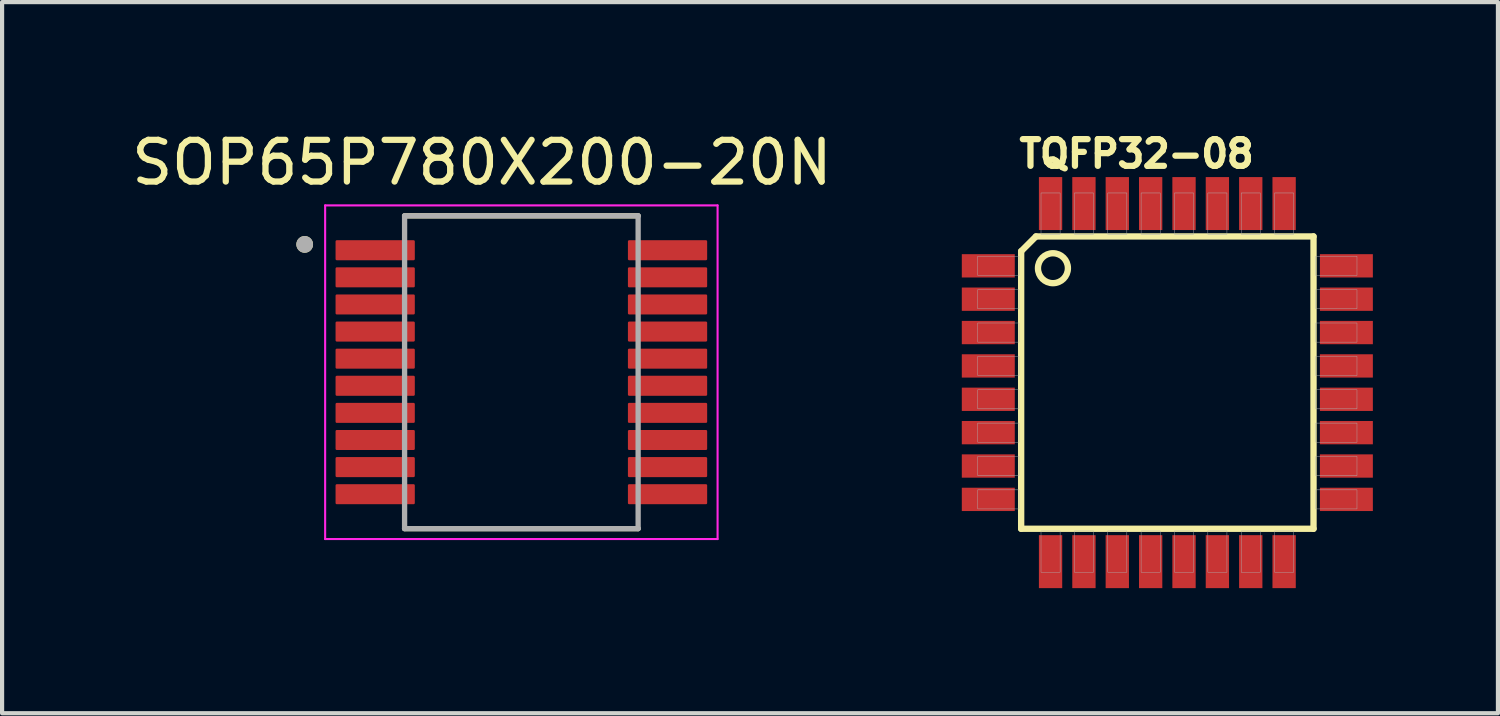
<source format=kicad_pcb>
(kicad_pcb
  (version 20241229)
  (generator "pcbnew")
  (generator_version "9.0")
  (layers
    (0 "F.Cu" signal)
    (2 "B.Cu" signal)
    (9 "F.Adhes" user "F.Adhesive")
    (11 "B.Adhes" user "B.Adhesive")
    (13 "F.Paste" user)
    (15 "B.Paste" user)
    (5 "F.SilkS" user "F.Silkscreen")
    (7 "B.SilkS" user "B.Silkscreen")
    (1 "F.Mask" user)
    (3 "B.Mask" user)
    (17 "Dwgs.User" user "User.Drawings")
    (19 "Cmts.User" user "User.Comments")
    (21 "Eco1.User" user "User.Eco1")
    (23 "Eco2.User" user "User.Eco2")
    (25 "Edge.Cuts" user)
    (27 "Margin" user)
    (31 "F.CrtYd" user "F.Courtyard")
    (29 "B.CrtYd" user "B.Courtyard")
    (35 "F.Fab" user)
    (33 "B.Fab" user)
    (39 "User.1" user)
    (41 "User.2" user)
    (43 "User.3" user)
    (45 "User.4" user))
  (footprint "SOP65P780X200-20N"
    (layer "F.Cu")
    (at 9.451 5.875)
    (property "Reference" "SOP65P780X200-20N" (at -0.945 -5.027 0) (layer "F.SilkS") (effects (font (size 1 1) (thickness 0.15))))
    (attr smd)
    (fp_line (start -2.8 -3.75) (end 2.8 -3.75) (stroke (width 0.127) (type solid)) (layer "F.SilkS"))
    (fp_line (start -2.8 3.75) (end 2.8 3.75) (stroke (width 0.127) (type solid)) (layer "F.SilkS"))
    (fp_circle (center -5.195 -3.065) (end -5.095 -3.065) (stroke (width 0.2) (type solid)) (fill no) (layer "F.SilkS"))
    (fp_line (start -4.705 -4) (end -4.705 4) (stroke (width 0.05) (type solid)) (layer "F.CrtYd"))
    (fp_line (start -4.705 -4) (end 4.705 -4) (stroke (width 0.05) (type solid)) (layer "F.CrtYd"))
    (fp_line (start -4.705 4) (end 4.705 4) (stroke (width 0.05) (type solid)) (layer "F.CrtYd"))
    (fp_line (start 4.705 -4) (end 4.705 4) (stroke (width 0.05) (type solid)) (layer "F.CrtYd"))
    (fp_line (start -2.8 -3.75) (end -2.8 3.75) (stroke (width 0.127) (type solid)) (layer "F.Fab"))
    (fp_line (start -2.8 -3.75) (end 2.8 -3.75) (stroke (width 0.127) (type solid)) (layer "F.Fab"))
    (fp_line (start -2.8 3.75) (end 2.8 3.75) (stroke (width 0.127) (type solid)) (layer "F.Fab"))
    (fp_line (start 2.8 -3.75) (end 2.8 3.75) (stroke (width 0.127) (type solid)) (layer "F.Fab"))
    (fp_circle (center -5.195 -3.065) (end -5.095 -3.065) (stroke (width 0.2) (type solid)) (fill no) (layer "F.Fab"))
    (pad "1" smd roundrect (at -3.505 -2.925) (size 1.9 0.48) (layers "F.Cu" "F.Mask" "F.Paste") (roundrect_rratio 0.06))
    (pad "2" smd roundrect (at -3.505 -2.275) (size 1.9 0.48) (layers "F.Cu" "F.Mask" "F.Paste") (roundrect_rratio 0.06))
    (pad "3" smd roundrect (at -3.505 -1.625) (size 1.9 0.48) (layers "F.Cu" "F.Mask" "F.Paste") (roundrect_rratio 0.06))
    (pad "4" smd roundrect (at -3.505 -0.975) (size 1.9 0.48) (layers "F.Cu" "F.Mask" "F.Paste") (roundrect_rratio 0.06))
    (pad "5" smd roundrect (at -3.505 -0.325) (size 1.9 0.48) (layers "F.Cu" "F.Mask" "F.Paste") (roundrect_rratio 0.06))
    (pad "6" smd roundrect (at -3.505 0.325) (size 1.9 0.48) (layers "F.Cu" "F.Mask" "F.Paste") (roundrect_rratio 0.06))
    (pad "7" smd roundrect (at -3.505 0.975) (size 1.9 0.48) (layers "F.Cu" "F.Mask" "F.Paste") (roundrect_rratio 0.06))
    (pad "8" smd roundrect (at -3.505 1.625) (size 1.9 0.48) (layers "F.Cu" "F.Mask" "F.Paste") (roundrect_rratio 0.06))
    (pad "9" smd roundrect (at -3.505 2.275) (size 1.9 0.48) (layers "F.Cu" "F.Mask" "F.Paste") (roundrect_rratio 0.06))
    (pad "10" smd roundrect (at -3.505 2.925) (size 1.9 0.48) (layers "F.Cu" "F.Mask" "F.Paste") (roundrect_rratio 0.06))
    (pad "11" smd roundrect (at 3.505 2.925 180) (size 1.9 0.48) (layers "F.Cu" "F.Mask" "F.Paste") (roundrect_rratio 0.06))
    (pad "12" smd roundrect (at 3.505 2.275 180) (size 1.9 0.48) (layers "F.Cu" "F.Mask" "F.Paste") (roundrect_rratio 0.06))
    (pad "13" smd roundrect (at 3.505 1.625 180) (size 1.9 0.48) (layers "F.Cu" "F.Mask" "F.Paste") (roundrect_rratio 0.06))
    (pad "14" smd roundrect (at 3.505 0.975 180) (size 1.9 0.48) (layers "F.Cu" "F.Mask" "F.Paste") (roundrect_rratio 0.06))
    (pad "15" smd roundrect (at 3.505 0.325 180) (size 1.9 0.48) (layers "F.Cu" "F.Mask" "F.Paste") (roundrect_rratio 0.06))
    (pad "16" smd roundrect (at 3.505 -0.325 180) (size 1.9 0.48) (layers "F.Cu" "F.Mask" "F.Paste") (roundrect_rratio 0.06))
    (pad "17" smd roundrect (at 3.505 -0.975 180) (size 1.9 0.48) (layers "F.Cu" "F.Mask" "F.Paste") (roundrect_rratio 0.06))
    (pad "18" smd roundrect (at 3.505 -1.625 180) (size 1.9 0.48) (layers "F.Cu" "F.Mask" "F.Paste") (roundrect_rratio 0.06))
    (pad "19" smd roundrect (at 3.505 -2.275 180) (size 1.9 0.48) (layers "F.Cu" "F.Mask" "F.Paste") (roundrect_rratio 0.06))
    (pad "20" smd roundrect (at 3.505 -2.925 180) (size 1.9 0.48) (layers "F.Cu" "F.Mask" "F.Paste") (roundrect_rratio 0.06)))
  (footprint "TQFP32-08"
    (layer "F.Cu")
    (at 24.94 6.124)
    (property "Reference" "TQFP32-08" (at -0.737 -5.486 0) (layer "F.SilkS") (effects (font (size 0.64 0.64) (thickness 0.15))))
    (attr smd)
    (fp_line (start -3.505 3.505) (end -3.505 -3.15) (stroke (width 0.152) (type solid)) (layer "F.SilkS"))
    (fp_line (start -3.15 -3.505) (end -3.505 -3.15) (stroke (width 0.152) (type solid)) (layer "F.SilkS"))
    (fp_line (start -3.15 -3.505) (end 3.505 -3.505) (stroke (width 0.152) (type solid)) (layer "F.SilkS"))
    (fp_line (start 3.505 -3.505) (end 3.505 3.505) (stroke (width 0.152) (type solid)) (layer "F.SilkS"))
    (fp_line (start 3.505 3.505) (end -3.505 3.505) (stroke (width 0.152) (type solid)) (layer "F.SilkS"))
    (fp_circle (center -2.743 -2.743) (end -2.384 -2.743) (stroke (width 0.152) (type solid)) (fill no) (layer "F.SilkS"))
    (fp_poly (pts (xy -4.547 -3.029) (xy -3.556 -3.029) (xy -3.556 -2.571) (xy -4.547 -2.571)) (stroke (width 0.01) (type solid)) (fill no) (layer "F.Fab"))
    (fp_poly (pts (xy -4.547 -2.229) (xy -3.556 -2.229) (xy -3.556 -1.771) (xy -4.547 -1.771)) (stroke (width 0.01) (type solid)) (fill no) (layer "F.Fab"))
    (fp_poly (pts (xy -4.547 -1.429) (xy -3.556 -1.429) (xy -3.556 -0.971) (xy -4.547 -0.971)) (stroke (width 0.01) (type solid)) (fill no) (layer "F.Fab"))
    (fp_poly (pts (xy -4.547 -0.629) (xy -3.556 -0.629) (xy -3.556 -0.171) (xy -4.547 -0.171)) (stroke (width 0.01) (type solid)) (fill no) (layer "F.Fab"))
    (fp_poly (pts (xy -4.547 0.171) (xy -3.556 0.171) (xy -3.556 0.629) (xy -4.547 0.629)) (stroke (width 0.01) (type solid)) (fill no) (layer "F.Fab"))
    (fp_poly (pts (xy -4.547 0.971) (xy -3.556 0.971) (xy -3.556 1.429) (xy -4.547 1.429)) (stroke (width 0.01) (type solid)) (fill no) (layer "F.Fab"))
    (fp_poly (pts (xy -4.547 1.771) (xy -3.556 1.771) (xy -3.556 2.229) (xy -4.547 2.229)) (stroke (width 0.01) (type solid)) (fill no) (layer "F.Fab"))
    (fp_poly (pts (xy -4.547 2.571) (xy -3.556 2.571) (xy -3.556 3.029) (xy -4.547 3.029)) (stroke (width 0.01) (type solid)) (fill no) (layer "F.Fab"))
    (fp_poly (pts (xy -3.029 -4.547) (xy -2.571 -4.547) (xy -2.571 -3.556) (xy -3.029 -3.556)) (stroke (width 0.01) (type solid)) (fill no) (layer "F.Fab"))
    (fp_poly (pts (xy -3.029 3.556) (xy -2.571 3.556) (xy -2.571 4.547) (xy -3.029 4.547)) (stroke (width 0.01) (type solid)) (fill no) (layer "F.Fab"))
    (fp_poly (pts (xy -2.229 -4.547) (xy -1.771 -4.547) (xy -1.771 -3.556) (xy -2.229 -3.556)) (stroke (width 0.01) (type solid)) (fill no) (layer "F.Fab"))
    (fp_poly (pts (xy -2.229 3.556) (xy -1.771 3.556) (xy -1.771 4.547) (xy -2.229 4.547)) (stroke (width 0.01) (type solid)) (fill no) (layer "F.Fab"))
    (fp_poly (pts (xy -1.429 -4.547) (xy -0.971 -4.547) (xy -0.971 -3.556) (xy -1.429 -3.556)) (stroke (width 0.01) (type solid)) (fill no) (layer "F.Fab"))
    (fp_poly (pts (xy -1.429 3.556) (xy -0.971 3.556) (xy -0.971 4.547) (xy -1.429 4.547)) (stroke (width 0.01) (type solid)) (fill no) (layer "F.Fab"))
    (fp_poly (pts (xy -0.629 -4.547) (xy -0.171 -4.547) (xy -0.171 -3.556) (xy -0.629 -3.556)) (stroke (width 0.01) (type solid)) (fill no) (layer "F.Fab"))
    (fp_poly (pts (xy -0.629 3.556) (xy -0.171 3.556) (xy -0.171 4.547) (xy -0.629 4.547)) (stroke (width 0.01) (type solid)) (fill no) (layer "F.Fab"))
    (fp_poly (pts (xy 0.171 -4.547) (xy 0.629 -4.547) (xy 0.629 -3.556) (xy 0.171 -3.556)) (stroke (width 0.01) (type solid)) (fill no) (layer "F.Fab"))
    (fp_poly (pts (xy 0.171 3.556) (xy 0.629 3.556) (xy 0.629 4.547) (xy 0.171 4.547)) (stroke (width 0.01) (type solid)) (fill no) (layer "F.Fab"))
    (fp_poly (pts (xy 0.971 -4.547) (xy 1.429 -4.547) (xy 1.429 -3.556) (xy 0.971 -3.556)) (stroke (width 0.01) (type solid)) (fill no) (layer "F.Fab"))
    (fp_poly (pts (xy 0.971 3.556) (xy 1.429 3.556) (xy 1.429 4.547) (xy 0.971 4.547)) (stroke (width 0.01) (type solid)) (fill no) (layer "F.Fab"))
    (fp_poly (pts (xy 1.771 -4.547) (xy 2.229 -4.547) (xy 2.229 -3.556) (xy 1.771 -3.556)) (stroke (width 0.01) (type solid)) (fill no) (layer "F.Fab"))
    (fp_poly (pts (xy 1.771 3.556) (xy 2.229 3.556) (xy 2.229 4.547) (xy 1.771 4.547)) (stroke (width 0.01) (type solid)) (fill no) (layer "F.Fab"))
    (fp_poly (pts (xy 2.571 -4.547) (xy 3.029 -4.547) (xy 3.029 -3.556) (xy 2.571 -3.556)) (stroke (width 0.01) (type solid)) (fill no) (layer "F.Fab"))
    (fp_poly (pts (xy 2.571 3.556) (xy 3.029 3.556) (xy 3.029 4.547) (xy 2.571 4.547)) (stroke (width 0.01) (type solid)) (fill no) (layer "F.Fab"))
    (fp_poly (pts (xy 3.556 -3.029) (xy 4.547 -3.029) (xy 4.547 -2.571) (xy 3.556 -2.571)) (stroke (width 0.01) (type solid)) (fill no) (layer "F.Fab"))
    (fp_poly (pts (xy 3.556 -2.229) (xy 4.547 -2.229) (xy 4.547 -1.771) (xy 3.556 -1.771)) (stroke (width 0.01) (type solid)) (fill no) (layer "F.Fab"))
    (fp_poly (pts (xy 3.556 -1.429) (xy 4.547 -1.429) (xy 4.547 -0.971) (xy 3.556 -0.971)) (stroke (width 0.01) (type solid)) (fill no) (layer "F.Fab"))
    (fp_poly (pts (xy 3.556 -0.629) (xy 4.547 -0.629) (xy 4.547 -0.171) (xy 3.556 -0.171)) (stroke (width 0.01) (type solid)) (fill no) (layer "F.Fab"))
    (fp_poly (pts (xy 3.556 0.171) (xy 4.547 0.171) (xy 4.547 0.629) (xy 3.556 0.629)) (stroke (width 0.01) (type solid)) (fill no) (layer "F.Fab"))
    (fp_poly (pts (xy 3.556 0.971) (xy 4.547 0.971) (xy 4.547 1.429) (xy 3.556 1.429)) (stroke (width 0.01) (type solid)) (fill no) (layer "F.Fab"))
    (fp_poly (pts (xy 3.556 1.771) (xy 4.547 1.771) (xy 4.547 2.229) (xy 3.556 2.229)) (stroke (width 0.01) (type solid)) (fill no) (layer "F.Fab"))
    (fp_poly (pts (xy 3.556 2.571) (xy 4.547 2.571) (xy 4.547 3.029) (xy 3.556 3.029)) (stroke (width 0.01) (type solid)) (fill no) (layer "F.Fab"))
    (pad "1" smd rect (at -4.293 -2.8) (size 1.27 0.559) (layers "F.Cu" "F.Mask" "F.Paste"))
    (pad "2" smd rect (at -4.293 -2) (size 1.27 0.559) (layers "F.Cu" "F.Mask" "F.Paste"))
    (pad "3" smd rect (at -4.293 -1.2) (size 1.27 0.559) (layers "F.Cu" "F.Mask" "F.Paste"))
    (pad "4" smd rect (at -4.293 -0.4) (size 1.27 0.559) (layers "F.Cu" "F.Mask" "F.Paste"))
    (pad "5" smd rect (at -4.293 0.4) (size 1.27 0.559) (layers "F.Cu" "F.Mask" "F.Paste"))
    (pad "6" smd rect (at -4.293 1.2) (size 1.27 0.559) (layers "F.Cu" "F.Mask" "F.Paste"))
    (pad "7" smd rect (at -4.293 2) (size 1.27 0.559) (layers "F.Cu" "F.Mask" "F.Paste"))
    (pad "8" smd rect (at -4.293 2.8) (size 1.27 0.559) (layers "F.Cu" "F.Mask" "F.Paste"))
    (pad "9" smd rect (at -2.8 4.293) (size 0.559 1.27) (layers "F.Cu" "F.Mask" "F.Paste"))
    (pad "10" smd rect (at -2 4.293) (size 0.559 1.27) (layers "F.Cu" "F.Mask" "F.Paste"))
    (pad "11" smd rect (at -1.2 4.293) (size 0.559 1.27) (layers "F.Cu" "F.Mask" "F.Paste"))
    (pad "12" smd rect (at -0.4 4.293) (size 0.559 1.27) (layers "F.Cu" "F.Mask" "F.Paste"))
    (pad "13" smd rect (at 0.4 4.293) (size 0.559 1.27) (layers "F.Cu" "F.Mask" "F.Paste"))
    (pad "14" smd rect (at 1.2 4.293) (size 0.559 1.27) (layers "F.Cu" "F.Mask" "F.Paste"))
    (pad "15" smd rect (at 2 4.293) (size 0.559 1.27) (layers "F.Cu" "F.Mask" "F.Paste"))
    (pad "16" smd rect (at 2.8 4.293) (size 0.559 1.27) (layers "F.Cu" "F.Mask" "F.Paste"))
    (pad "17" smd rect (at 4.293 2.8) (size 1.27 0.559) (layers "F.Cu" "F.Mask" "F.Paste"))
    (pad "18" smd rect (at 4.293 2) (size 1.27 0.559) (layers "F.Cu" "F.Mask" "F.Paste"))
    (pad "19" smd rect (at 4.293 1.2) (size 1.27 0.559) (layers "F.Cu" "F.Mask" "F.Paste"))
    (pad "20" smd rect (at 4.293 0.4) (size 1.27 0.559) (layers "F.Cu" "F.Mask" "F.Paste"))
    (pad "21" smd rect (at 4.293 -0.4) (size 1.27 0.559) (layers "F.Cu" "F.Mask" "F.Paste"))
    (pad "22" smd rect (at 4.293 -1.2) (size 1.27 0.559) (layers "F.Cu" "F.Mask" "F.Paste"))
    (pad "23" smd rect (at 4.293 -2) (size 1.27 0.559) (layers "F.Cu" "F.Mask" "F.Paste"))
    (pad "24" smd rect (at 4.293 -2.8) (size 1.27 0.559) (layers "F.Cu" "F.Mask" "F.Paste"))
    (pad "25" smd rect (at 2.8 -4.293) (size 0.559 1.27) (layers "F.Cu" "F.Mask" "F.Paste"))
    (pad "26" smd rect (at 2 -4.293) (size 0.559 1.27) (layers "F.Cu" "F.Mask" "F.Paste"))
    (pad "27" smd rect (at 1.2 -4.293) (size 0.559 1.27) (layers "F.Cu" "F.Mask" "F.Paste"))
    (pad "28" smd rect (at 0.4 -4.293) (size 0.559 1.27) (layers "F.Cu" "F.Mask" "F.Paste"))
    (pad "29" smd rect (at -0.4 -4.293) (size 0.559 1.27) (layers "F.Cu" "F.Mask" "F.Paste"))
    (pad "30" smd rect (at -1.2 -4.293) (size 0.559 1.27) (layers "F.Cu" "F.Mask" "F.Paste"))
    (pad "31" smd rect (at -2 -4.293) (size 0.559 1.27) (layers "F.Cu" "F.Mask" "F.Paste"))
    (pad "32" smd rect (at -2.8 -4.293) (size 0.559 1.27) (layers "F.Cu" "F.Mask" "F.Paste")))
  (gr_rect
    (start -3 -3)
    (end 32.867 14.052)
    (stroke (width 0.1) (type default))
    (fill no)
    (layer "Edge.Cuts")))
</source>
